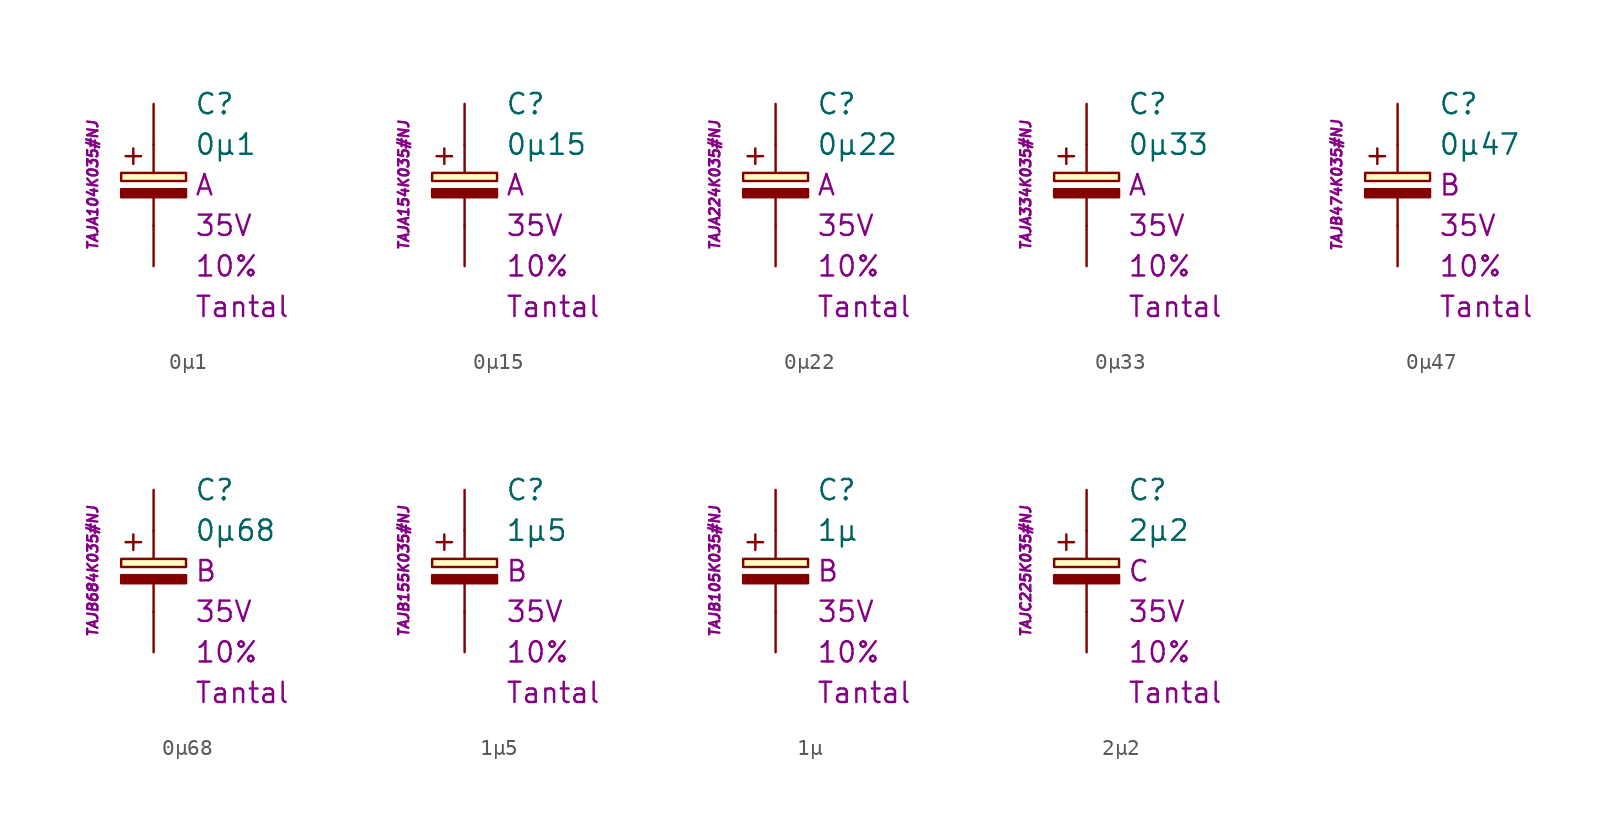
<source format=kicad_sym>
(kicad_symbol_lib
  (version 20231120)
  (generator "kicad_symbol_editor")
  (generator_version "8.0")
  (symbol "0µ1"
    (pin_numbers hide)
    (pin_names
      (offset 1.016) hide)
    (property "Reference" "C"
      (at 2.54 5.08 0)
      (effects (font (size 1.27 1.27)) (justify left)))
    (property "Value" "0µ1"
      (at 2.54 2.54 0)
      (effects (font (size 1.27 1.27)) (justify left)))
    (property "Package" "A"
      (at 2.54 0 0)
      (effects (font (size 1.27 1.27)) (justify left)))
    (property "Voltage" "35V"
      (at 2.54 -2.54 0)
      (effects (font (size 1.27 1.27)) (justify left)))
    (property "Tolerance" "10%"
      (at 2.54 -5.08 0)
      (effects (font (size 1.27 1.27)) (justify left)))
    (property "Dielectric" "Tantal"
      (at 2.54 -7.62 0)
      (effects (font (size 1.27 1.27)) (justify left)))
    (property "MPN" "TAJA104K035#NJ"
      (at -3.81 0 90)
      (effects (font (size 0.635 0.635) (italic yes))))
    (symbol "0µ1_0_0"
      (text "+" (at -1.27 1.905 0) (effects (font (size 1.27 1.27)))))
    (symbol "0µ1_0_1"
      (rectangle (start -2.032 -0.254) (end 2.032 -0.762) (stroke (width 0.152) (type default)) (fill (type outline)))
      (rectangle (start -2.032 0.254) (end 2.032 0.762) (stroke (width 0.152) (type default)) (fill (type background)))
      (polyline (pts (xy 0 -2.54) (xy 0 -0.762)) (stroke (width 0.152) (type default)) (fill (type none)))
      (polyline (pts (xy 0 0.762) (xy 0 2.54)) (stroke (width 0.152) (type default)) (fill (type none))))
    (symbol "0µ1_1_1"
      (pin passive line (at 0 5.08 270) (length 2.54) (name "~" (effects (font (size 1.778 1.778)))) (number "1" (effects (font (size 1.778 1.778)))))
      (pin passive line (at 0 -5.08 90) (length 2.54) (name "~" (effects (font (size 1.778 1.778)))) (number "2" (effects (font (size 1.778 1.778)))))))
  (symbol "0µ15"
    (pin_numbers hide)
    (pin_names
      (offset 1.016) hide)
    (property "Reference" "C"
      (at 2.54 5.08 0)
      (effects (font (size 1.27 1.27)) (justify left)))
    (property "Value" "0µ15"
      (at 2.54 2.54 0)
      (effects (font (size 1.27 1.27)) (justify left)))
    (property "Package" "A"
      (at 2.54 0 0)
      (effects (font (size 1.27 1.27)) (justify left)))
    (property "Voltage" "35V"
      (at 2.54 -2.54 0)
      (effects (font (size 1.27 1.27)) (justify left)))
    (property "Tolerance" "10%"
      (at 2.54 -5.08 0)
      (effects (font (size 1.27 1.27)) (justify left)))
    (property "Dielectric" "Tantal"
      (at 2.54 -7.62 0)
      (effects (font (size 1.27 1.27)) (justify left)))
    (property "MPN" "TAJA154K035#NJ"
      (at -3.81 0 90)
      (effects (font (size 0.635 0.635) (italic yes))))
    (symbol "0µ15_0_0"
      (text "+" (at -1.27 1.905 0) (effects (font (size 1.27 1.27)))))
    (symbol "0µ15_0_1"
      (rectangle (start -2.032 -0.254) (end 2.032 -0.762) (stroke (width 0.152) (type default)) (fill (type outline)))
      (rectangle (start -2.032 0.254) (end 2.032 0.762) (stroke (width 0.152) (type default)) (fill (type background)))
      (polyline (pts (xy 0 -2.54) (xy 0 -0.762)) (stroke (width 0.152) (type default)) (fill (type none)))
      (polyline (pts (xy 0 0.762) (xy 0 2.54)) (stroke (width 0.152) (type default)) (fill (type none))))
    (symbol "0µ15_1_1"
      (pin passive line (at 0 5.08 270) (length 2.54) (name "~" (effects (font (size 1.778 1.778)))) (number "1" (effects (font (size 1.778 1.778)))))
      (pin passive line (at 0 -5.08 90) (length 2.54) (name "~" (effects (font (size 1.778 1.778)))) (number "2" (effects (font (size 1.778 1.778)))))))
  (symbol "0µ22"
    (pin_numbers hide)
    (pin_names
      (offset 1.016) hide)
    (property "Reference" "C"
      (at 2.54 5.08 0)
      (effects (font (size 1.27 1.27)) (justify left)))
    (property "Value" "0µ22"
      (at 2.54 2.54 0)
      (effects (font (size 1.27 1.27)) (justify left)))
    (property "Package" "A"
      (at 2.54 0 0)
      (effects (font (size 1.27 1.27)) (justify left)))
    (property "Voltage" "35V"
      (at 2.54 -2.54 0)
      (effects (font (size 1.27 1.27)) (justify left)))
    (property "Tolerance" "10%"
      (at 2.54 -5.08 0)
      (effects (font (size 1.27 1.27)) (justify left)))
    (property "Dielectric" "Tantal"
      (at 2.54 -7.62 0)
      (effects (font (size 1.27 1.27)) (justify left)))
    (property "MPN" "TAJA224K035#NJ"
      (at -3.81 0 90)
      (effects (font (size 0.635 0.635) (italic yes))))
    (symbol "0µ22_0_0"
      (text "+" (at -1.27 1.905 0) (effects (font (size 1.27 1.27)))))
    (symbol "0µ22_0_1"
      (rectangle (start -2.032 -0.254) (end 2.032 -0.762) (stroke (width 0.152) (type default)) (fill (type outline)))
      (rectangle (start -2.032 0.254) (end 2.032 0.762) (stroke (width 0.152) (type default)) (fill (type background)))
      (polyline (pts (xy 0 -2.54) (xy 0 -0.762)) (stroke (width 0.152) (type default)) (fill (type none)))
      (polyline (pts (xy 0 0.762) (xy 0 2.54)) (stroke (width 0.152) (type default)) (fill (type none))))
    (symbol "0µ22_1_1"
      (pin passive line (at 0 5.08 270) (length 2.54) (name "~" (effects (font (size 1.778 1.778)))) (number "1" (effects (font (size 1.778 1.778)))))
      (pin passive line (at 0 -5.08 90) (length 2.54) (name "~" (effects (font (size 1.778 1.778)))) (number "2" (effects (font (size 1.778 1.778)))))))
  (symbol "0µ33"
    (pin_numbers hide)
    (pin_names
      (offset 1.016) hide)
    (property "Reference" "C"
      (at 2.54 5.08 0)
      (effects (font (size 1.27 1.27)) (justify left)))
    (property "Value" "0µ33"
      (at 2.54 2.54 0)
      (effects (font (size 1.27 1.27)) (justify left)))
    (property "Package" "A"
      (at 2.54 0 0)
      (effects (font (size 1.27 1.27)) (justify left)))
    (property "Voltage" "35V"
      (at 2.54 -2.54 0)
      (effects (font (size 1.27 1.27)) (justify left)))
    (property "Tolerance" "10%"
      (at 2.54 -5.08 0)
      (effects (font (size 1.27 1.27)) (justify left)))
    (property "Dielectric" "Tantal"
      (at 2.54 -7.62 0)
      (effects (font (size 1.27 1.27)) (justify left)))
    (property "MPN" "TAJA334K035#NJ"
      (at -3.81 0 90)
      (effects (font (size 0.635 0.635) (italic yes))))
    (symbol "0µ33_0_0"
      (text "+" (at -1.27 1.905 0) (effects (font (size 1.27 1.27)))))
    (symbol "0µ33_0_1"
      (rectangle (start -2.032 -0.254) (end 2.032 -0.762) (stroke (width 0.152) (type default)) (fill (type outline)))
      (rectangle (start -2.032 0.254) (end 2.032 0.762) (stroke (width 0.152) (type default)) (fill (type background)))
      (polyline (pts (xy 0 -2.54) (xy 0 -0.762)) (stroke (width 0.152) (type default)) (fill (type none)))
      (polyline (pts (xy 0 0.762) (xy 0 2.54)) (stroke (width 0.152) (type default)) (fill (type none))))
    (symbol "0µ33_1_1"
      (pin passive line (at 0 5.08 270) (length 2.54) (name "~" (effects (font (size 1.778 1.778)))) (number "1" (effects (font (size 1.778 1.778)))))
      (pin passive line (at 0 -5.08 90) (length 2.54) (name "~" (effects (font (size 1.778 1.778)))) (number "2" (effects (font (size 1.778 1.778)))))))
  (symbol "0µ47"
    (pin_numbers hide)
    (pin_names
      (offset 1.016) hide)
    (property "Reference" "C"
      (at 2.54 5.08 0)
      (effects (font (size 1.27 1.27)) (justify left)))
    (property "Value" "0µ47"
      (at 2.54 2.54 0)
      (effects (font (size 1.27 1.27)) (justify left)))
    (property "Package" "B"
      (at 2.54 0 0)
      (effects (font (size 1.27 1.27)) (justify left)))
    (property "Voltage" "35V"
      (at 2.54 -2.54 0)
      (effects (font (size 1.27 1.27)) (justify left)))
    (property "Tolerance" "10%"
      (at 2.54 -5.08 0)
      (effects (font (size 1.27 1.27)) (justify left)))
    (property "Dielectric" "Tantal"
      (at 2.54 -7.62 0)
      (effects (font (size 1.27 1.27)) (justify left)))
    (property "MPN" "TAJB474K035#NJ"
      (at -3.81 0 90)
      (effects (font (size 0.635 0.635) (italic yes))))
    (symbol "0µ47_0_0"
      (text "+" (at -1.27 1.905 0) (effects (font (size 1.27 1.27)))))
    (symbol "0µ47_0_1"
      (rectangle (start -2.032 -0.254) (end 2.032 -0.762) (stroke (width 0.152) (type default)) (fill (type outline)))
      (rectangle (start -2.032 0.254) (end 2.032 0.762) (stroke (width 0.152) (type default)) (fill (type background)))
      (polyline (pts (xy 0 -2.54) (xy 0 -0.762)) (stroke (width 0.152) (type default)) (fill (type none)))
      (polyline (pts (xy 0 0.762) (xy 0 2.54)) (stroke (width 0.152) (type default)) (fill (type none))))
    (symbol "0µ47_1_1"
      (pin passive line (at 0 5.08 270) (length 2.54) (name "~" (effects (font (size 1.778 1.778)))) (number "1" (effects (font (size 1.778 1.778)))))
      (pin passive line (at 0 -5.08 90) (length 2.54) (name "~" (effects (font (size 1.778 1.778)))) (number "2" (effects (font (size 1.778 1.778)))))))
  (symbol "0µ68"
    (pin_numbers hide)
    (pin_names
      (offset 1.016) hide)
    (property "Reference" "C"
      (at 2.54 5.08 0)
      (effects (font (size 1.27 1.27)) (justify left)))
    (property "Value" "0µ68"
      (at 2.54 2.54 0)
      (effects (font (size 1.27 1.27)) (justify left)))
    (property "Package" "B"
      (at 2.54 0 0)
      (effects (font (size 1.27 1.27)) (justify left)))
    (property "Voltage" "35V"
      (at 2.54 -2.54 0)
      (effects (font (size 1.27 1.27)) (justify left)))
    (property "Tolerance" "10%"
      (at 2.54 -5.08 0)
      (effects (font (size 1.27 1.27)) (justify left)))
    (property "Dielectric" "Tantal"
      (at 2.54 -7.62 0)
      (effects (font (size 1.27 1.27)) (justify left)))
    (property "MPN" "TAJB684K035#NJ"
      (at -3.81 0 90)
      (effects (font (size 0.635 0.635) (italic yes))))
    (symbol "0µ68_0_0"
      (text "+" (at -1.27 1.905 0) (effects (font (size 1.27 1.27)))))
    (symbol "0µ68_0_1"
      (rectangle (start -2.032 -0.254) (end 2.032 -0.762) (stroke (width 0.152) (type default)) (fill (type outline)))
      (rectangle (start -2.032 0.254) (end 2.032 0.762) (stroke (width 0.152) (type default)) (fill (type background)))
      (polyline (pts (xy 0 -2.54) (xy 0 -0.762)) (stroke (width 0.152) (type default)) (fill (type none)))
      (polyline (pts (xy 0 0.762) (xy 0 2.54)) (stroke (width 0.152) (type default)) (fill (type none))))
    (symbol "0µ68_1_1"
      (pin passive line (at 0 5.08 270) (length 2.54) (name "~" (effects (font (size 1.778 1.778)))) (number "1" (effects (font (size 1.778 1.778)))))
      (pin passive line (at 0 -5.08 90) (length 2.54) (name "~" (effects (font (size 1.778 1.778)))) (number "2" (effects (font (size 1.778 1.778)))))))
  (symbol "1µ5"
    (pin_numbers hide)
    (pin_names
      (offset 1.016) hide)
    (property "Reference" "C"
      (at 2.54 5.08 0)
      (effects (font (size 1.27 1.27)) (justify left)))
    (property "Value" "1µ5"
      (at 2.54 2.54 0)
      (effects (font (size 1.27 1.27)) (justify left)))
    (property "Package" "B"
      (at 2.54 0 0)
      (effects (font (size 1.27 1.27)) (justify left)))
    (property "Voltage" "35V"
      (at 2.54 -2.54 0)
      (effects (font (size 1.27 1.27)) (justify left)))
    (property "Tolerance" "10%"
      (at 2.54 -5.08 0)
      (effects (font (size 1.27 1.27)) (justify left)))
    (property "Dielectric" "Tantal"
      (at 2.54 -7.62 0)
      (effects (font (size 1.27 1.27)) (justify left)))
    (property "MPN" "TAJB155K035#NJ"
      (at -3.81 0 90)
      (effects (font (size 0.635 0.635) (italic yes))))
    (symbol "1µ5_0_0"
      (text "+" (at -1.27 1.905 0) (effects (font (size 1.27 1.27)))))
    (symbol "1µ5_0_1"
      (rectangle (start -2.032 -0.254) (end 2.032 -0.762) (stroke (width 0.152) (type default)) (fill (type outline)))
      (rectangle (start -2.032 0.254) (end 2.032 0.762) (stroke (width 0.152) (type default)) (fill (type background)))
      (polyline (pts (xy 0 -2.54) (xy 0 -0.762)) (stroke (width 0.152) (type default)) (fill (type none)))
      (polyline (pts (xy 0 0.762) (xy 0 2.54)) (stroke (width 0.152) (type default)) (fill (type none))))
    (symbol "1µ5_1_1"
      (pin passive line (at 0 5.08 270) (length 2.54) (name "~" (effects (font (size 1.778 1.778)))) (number "1" (effects (font (size 1.778 1.778)))))
      (pin passive line (at 0 -5.08 90) (length 2.54) (name "~" (effects (font (size 1.778 1.778)))) (number "2" (effects (font (size 1.778 1.778)))))))
  (symbol "1µ"
    (pin_numbers hide)
    (pin_names
      (offset 1.016) hide)
    (property "Reference" "C"
      (at 2.54 5.08 0)
      (effects (font (size 1.27 1.27)) (justify left)))
    (property "Value" "1µ"
      (at 2.54 2.54 0)
      (effects (font (size 1.27 1.27)) (justify left)))
    (property "Package" "B"
      (at 2.54 0 0)
      (effects (font (size 1.27 1.27)) (justify left)))
    (property "Voltage" "35V"
      (at 2.54 -2.54 0)
      (effects (font (size 1.27 1.27)) (justify left)))
    (property "Tolerance" "10%"
      (at 2.54 -5.08 0)
      (effects (font (size 1.27 1.27)) (justify left)))
    (property "Dielectric" "Tantal"
      (at 2.54 -7.62 0)
      (effects (font (size 1.27 1.27)) (justify left)))
    (property "MPN" "TAJB105K035#NJ"
      (at -3.81 0 90)
      (effects (font (size 0.635 0.635) (italic yes))))
    (symbol "1µ_0_0"
      (text "+" (at -1.27 1.905 0) (effects (font (size 1.27 1.27)))))
    (symbol "1µ_0_1"
      (rectangle (start -2.032 -0.254) (end 2.032 -0.762) (stroke (width 0.152) (type default)) (fill (type outline)))
      (rectangle (start -2.032 0.254) (end 2.032 0.762) (stroke (width 0.152) (type default)) (fill (type background)))
      (polyline (pts (xy 0 -2.54) (xy 0 -0.762)) (stroke (width 0.152) (type default)) (fill (type none)))
      (polyline (pts (xy 0 0.762) (xy 0 2.54)) (stroke (width 0.152) (type default)) (fill (type none))))
    (symbol "1µ_1_1"
      (pin passive line (at 0 5.08 270) (length 2.54) (name "~" (effects (font (size 1.778 1.778)))) (number "1" (effects (font (size 1.778 1.778)))))
      (pin passive line (at 0 -5.08 90) (length 2.54) (name "~" (effects (font (size 1.778 1.778)))) (number "2" (effects (font (size 1.778 1.778)))))))
  (symbol "2µ2"
    (pin_numbers hide)
    (pin_names
      (offset 1.016) hide)
    (property "Reference" "C"
      (at 2.54 5.08 0)
      (effects (font (size 1.27 1.27)) (justify left)))
    (property "Value" "2µ2"
      (at 2.54 2.54 0)
      (effects (font (size 1.27 1.27)) (justify left)))
    (property "Package" "C"
      (at 2.54 0 0)
      (effects (font (size 1.27 1.27)) (justify left)))
    (property "Voltage" "35V"
      (at 2.54 -2.54 0)
      (effects (font (size 1.27 1.27)) (justify left)))
    (property "Tolerance" "10%"
      (at 2.54 -5.08 0)
      (effects (font (size 1.27 1.27)) (justify left)))
    (property "Dielectric" "Tantal"
      (at 2.54 -7.62 0)
      (effects (font (size 1.27 1.27)) (justify left)))
    (property "MPN" "TAJC225K035#NJ"
      (at -3.81 0 90)
      (effects (font (size 0.635 0.635) (italic yes))))
    (symbol "2µ2_0_0"
      (text "+" (at -1.27 1.905 0) (effects (font (size 1.27 1.27)))))
    (symbol "2µ2_0_1"
      (rectangle (start -2.032 -0.254) (end 2.032 -0.762) (stroke (width 0.152) (type default)) (fill (type outline)))
      (rectangle (start -2.032 0.254) (end 2.032 0.762) (stroke (width 0.152) (type default)) (fill (type background)))
      (polyline (pts (xy 0 -2.54) (xy 0 -0.762)) (stroke (width 0.152) (type default)) (fill (type none)))
      (polyline (pts (xy 0 0.762) (xy 0 2.54)) (stroke (width 0.152) (type default)) (fill (type none))))
    (symbol "2µ2_1_1"
      (pin passive line (at 0 5.08 270) (length 2.54) (name "~" (effects (font (size 1.778 1.778)))) (number "1" (effects (font (size 1.778 1.778)))))
      (pin passive line (at 0 -5.08 90) (length 2.54) (name "~" (effects (font (size 1.778 1.778)))) (number "2" (effects (font (size 1.778 1.778))))))))
</source>
